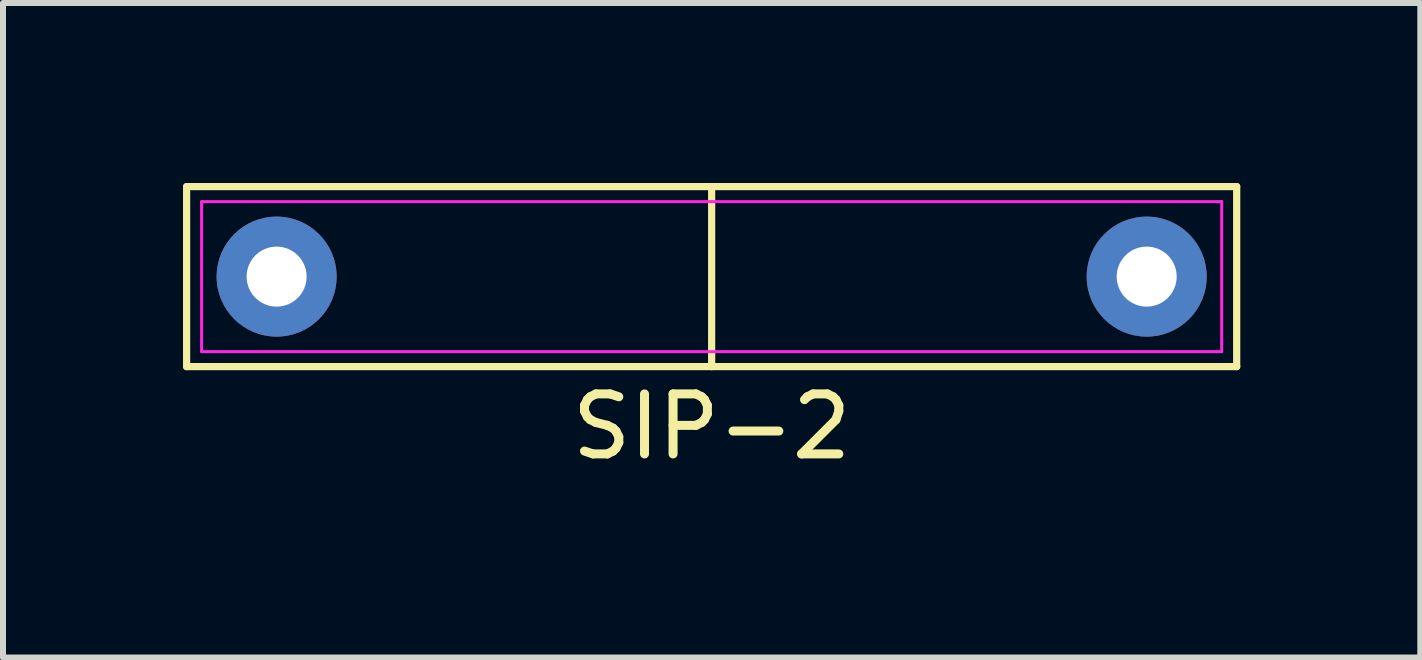
<source format=kicad_pcb>
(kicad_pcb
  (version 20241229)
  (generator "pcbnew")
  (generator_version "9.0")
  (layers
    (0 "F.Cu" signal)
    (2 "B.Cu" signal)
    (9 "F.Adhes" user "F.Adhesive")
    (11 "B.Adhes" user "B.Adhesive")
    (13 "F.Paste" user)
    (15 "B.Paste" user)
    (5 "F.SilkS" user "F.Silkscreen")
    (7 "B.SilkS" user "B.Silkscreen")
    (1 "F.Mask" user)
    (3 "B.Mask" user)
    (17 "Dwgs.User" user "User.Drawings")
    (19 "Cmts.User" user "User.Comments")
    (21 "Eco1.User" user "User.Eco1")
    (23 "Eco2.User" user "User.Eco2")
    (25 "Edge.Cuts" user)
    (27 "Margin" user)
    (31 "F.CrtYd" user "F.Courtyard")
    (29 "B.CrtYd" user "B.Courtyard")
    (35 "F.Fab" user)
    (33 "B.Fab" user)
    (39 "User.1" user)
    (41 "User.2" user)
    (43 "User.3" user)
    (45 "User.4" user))
  (footprint "SIP-2"
    (layer "F.Cu")
    (at 8.81 1.56)
    (property "Reference" "SIP-2" (at 0 2.5 0) (layer "F.SilkS") (effects (font (size 1 1) (thickness 0.15))))
    (attr through_hole)
    (fp_line (start -8.75 -1.5) (end 8.75 -1.5) (stroke (width 0.12) (type solid)) (layer "F.SilkS"))
    (fp_line (start -8.75 1.5) (end -8.75 -1.5) (stroke (width 0.12) (type solid)) (layer "F.SilkS"))
    (fp_line (start 0 -1.5) (end 0 1.5) (stroke (width 0.12) (type solid)) (layer "F.SilkS"))
    (fp_line (start 8.75 -1.5) (end 8.75 1.5) (stroke (width 0.12) (type solid)) (layer "F.SilkS"))
    (fp_line (start 8.75 1.5) (end -8.75 1.5) (stroke (width 0.12) (type solid)) (layer "F.SilkS"))
    (fp_line (start -8.5 -1.25) (end 8.5 -1.25) (stroke (width 0.05) (type solid)) (layer "F.CrtYd"))
    (fp_line (start -8.5 1.25) (end -8.5 -1.25) (stroke (width 0.05) (type solid)) (layer "F.CrtYd"))
    (fp_line (start 8.5 -1.25) (end 8.5 1.25) (stroke (width 0.05) (type solid)) (layer "F.CrtYd"))
    (fp_line (start 8.5 1.25) (end -8.5 1.25) (stroke (width 0.05) (type solid)) (layer "F.CrtYd"))
    (pad "1" thru_hole circle (at -7.25 0) (size 2 2) (drill 1) (layers "*.Cu" "*.Mask"))
    (pad "2" thru_hole circle (at 7.25 0) (size 2 2) (drill 1) (layers "*.Cu" "*.Mask")))
  (gr_rect
    (start -3 -3)
    (end 20.62 7.908)
    (stroke (width 0.1) (type default))
    (fill no)
    (layer "Edge.Cuts")))
</source>
